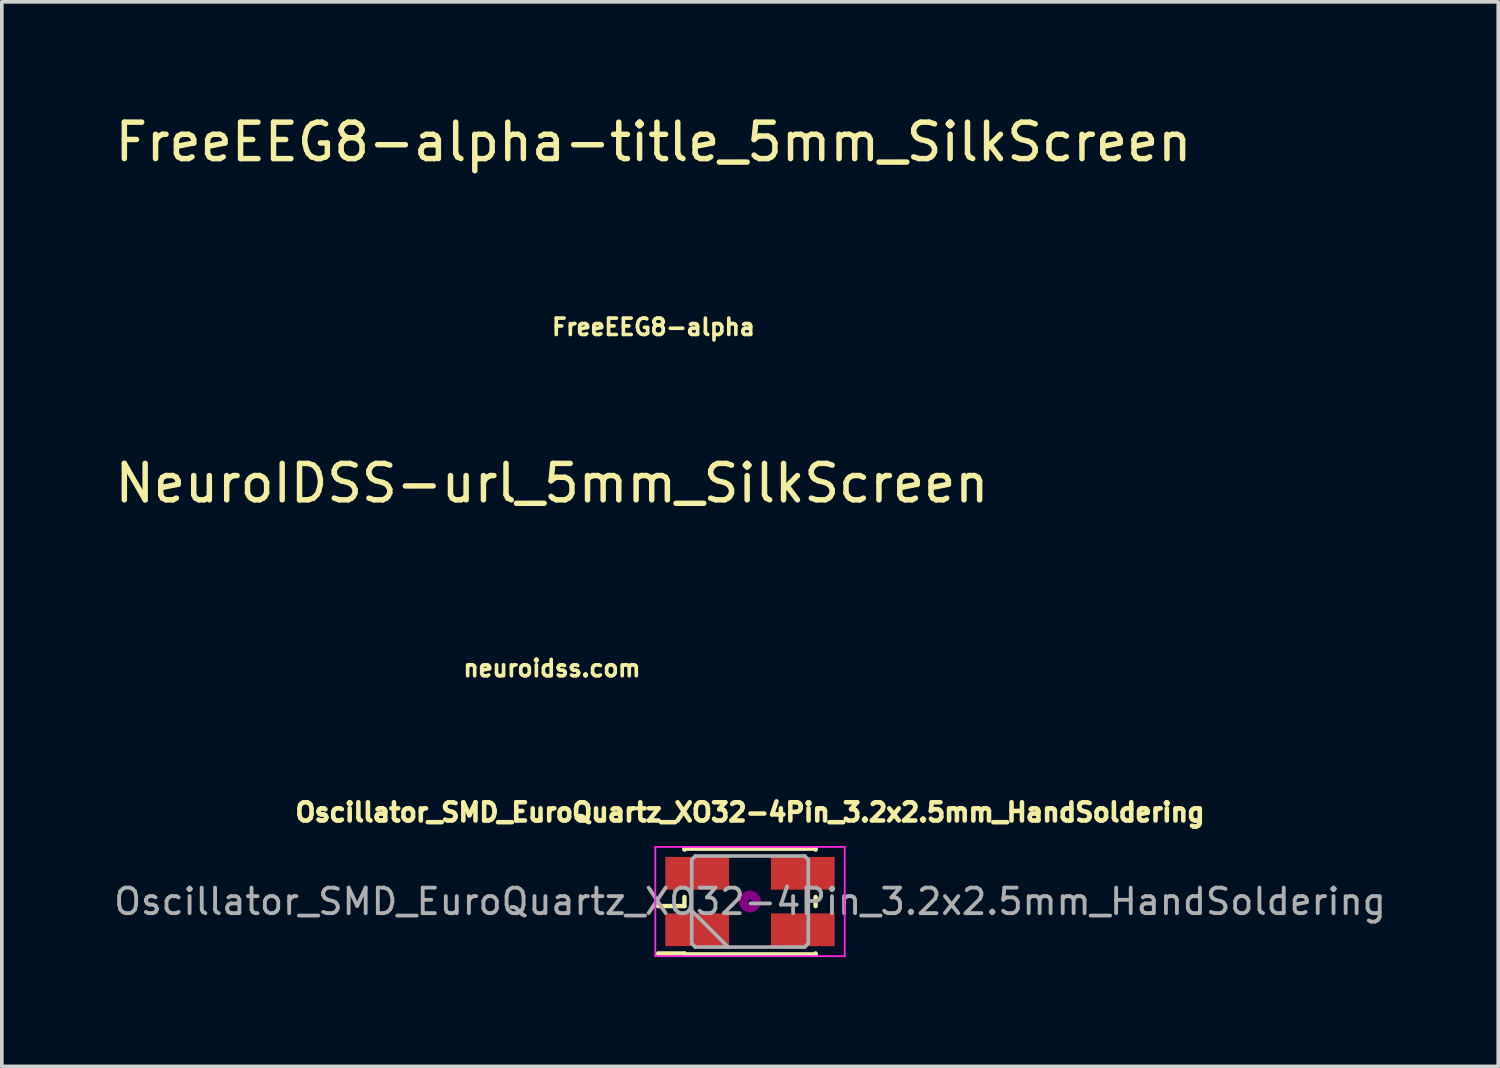
<source format=kicad_pcb>
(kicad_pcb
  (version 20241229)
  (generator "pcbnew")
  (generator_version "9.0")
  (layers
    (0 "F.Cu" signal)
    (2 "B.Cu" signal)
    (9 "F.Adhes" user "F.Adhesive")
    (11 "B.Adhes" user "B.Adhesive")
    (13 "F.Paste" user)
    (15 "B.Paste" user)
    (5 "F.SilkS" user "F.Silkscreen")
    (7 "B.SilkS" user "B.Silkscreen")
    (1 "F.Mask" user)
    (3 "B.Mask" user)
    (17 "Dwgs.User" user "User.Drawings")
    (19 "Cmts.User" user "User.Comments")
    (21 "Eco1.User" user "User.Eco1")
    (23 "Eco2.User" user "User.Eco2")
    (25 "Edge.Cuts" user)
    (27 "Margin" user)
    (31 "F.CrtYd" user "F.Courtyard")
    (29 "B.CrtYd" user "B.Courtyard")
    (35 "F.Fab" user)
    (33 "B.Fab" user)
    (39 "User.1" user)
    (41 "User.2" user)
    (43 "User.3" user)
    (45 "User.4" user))
  (footprint "Oscillator_SMD_EuroQuartz_XO32-4Pin_3.2x2.5mm_HandSoldering"
    (layer "F.Cu")
    (at 17.537 21.696)
    (property "Reference" "Oscillator_SMD_EuroQuartz_XO32-4Pin_3.2x2.5mm_HandSoldering" (at 0 -2.45 0) (layer "F.SilkS") (effects (font (size 0.5 0.5) (thickness 0.125))))
    (attr smd)
    (fp_line (start -2.525 0.125) (end -1.8 0.125) (stroke (width 0.12) (type solid)) (layer "F.SilkS"))
    (fp_line (start -2.525 1.425) (end -1.8 1.425) (stroke (width 0.12) (type solid)) (layer "F.SilkS"))
    (fp_line (start -1.8 -1.45) (end 1.8 -1.45) (stroke (width 0.12) (type solid)) (layer "F.SilkS"))
    (fp_line (start -1.8 -1.425) (end -1.8 -1.45) (stroke (width 0.12) (type solid)) (layer "F.SilkS"))
    (fp_line (start -1.8 0.125) (end -1.8 -0.125) (stroke (width 0.12) (type solid)) (layer "F.SilkS"))
    (fp_line (start -1.8 1.425) (end -1.8 1.45) (stroke (width 0.12) (type solid)) (layer "F.SilkS"))
    (fp_line (start -1.8 1.45) (end 1.8 1.45) (stroke (width 0.12) (type solid)) (layer "F.SilkS"))
    (fp_line (start 1.8 -1.45) (end 1.8 -1.425) (stroke (width 0.12) (type solid)) (layer "F.SilkS"))
    (fp_line (start 1.8 -0.125) (end 1.8 0.125) (stroke (width 0.12) (type solid)) (layer "F.SilkS"))
    (fp_line (start 1.8 1.45) (end 1.8 1.425) (stroke (width 0.12) (type solid)) (layer "F.SilkS"))
    (fp_circle (center 0 0) (end 0.058 0) (stroke (width 0.117) (type solid)) (fill no) (layer "F.Adhes"))
    (fp_circle (center 0 0) (end 0.133 0) (stroke (width 0.083) (type solid)) (fill no) (layer "F.Adhes"))
    (fp_circle (center 0 0) (end 0.208 0) (stroke (width 0.083) (type solid)) (fill no) (layer "F.Adhes"))
    (fp_circle (center 0 0) (end 0.25 0) (stroke (width 0.1) (type solid)) (fill no) (layer "F.Adhes"))
    (fp_line (start -2.6 -1.5) (end -2.6 1.5) (stroke (width 0.05) (type solid)) (layer "F.CrtYd"))
    (fp_line (start -2.6 1.5) (end 2.6 1.5) (stroke (width 0.05) (type solid)) (layer "F.CrtYd"))
    (fp_line (start 2.6 -1.5) (end -2.6 -1.5) (stroke (width 0.05) (type solid)) (layer "F.CrtYd"))
    (fp_line (start 2.6 1.5) (end 2.6 -1.5) (stroke (width 0.05) (type solid)) (layer "F.CrtYd"))
    (fp_line (start -1.6 -1.15) (end -1.5 -1.25) (stroke (width 0.1) (type solid)) (layer "F.Fab"))
    (fp_line (start -1.6 0.25) (end -0.6 1.25) (stroke (width 0.1) (type solid)) (layer "F.Fab"))
    (fp_line (start -1.6 1.15) (end -1.6 -1.15) (stroke (width 0.1) (type solid)) (layer "F.Fab"))
    (fp_line (start -1.5 -1.25) (end 1.5 -1.25) (stroke (width 0.1) (type solid)) (layer "F.Fab"))
    (fp_line (start -1.5 1.25) (end -1.6 1.15) (stroke (width 0.1) (type solid)) (layer "F.Fab"))
    (fp_line (start 1.5 -1.25) (end 1.6 -1.15) (stroke (width 0.1) (type solid)) (layer "F.Fab"))
    (fp_line (start 1.5 1.25) (end -1.5 1.25) (stroke (width 0.1) (type solid)) (layer "F.Fab"))
    (fp_line (start 1.6 -1.15) (end 1.6 1.15) (stroke (width 0.1) (type solid)) (layer "F.Fab"))
    (fp_line (start 1.6 1.15) (end 1.5 1.25) (stroke (width 0.1) (type solid)) (layer "F.Fab"))
    (fp_text user "${REFERENCE}" (at 0 0 0) (layer "F.Fab") (effects (font (size 0.7 0.7) (thickness 0.105))))
    (pad "1" smd rect (at -1.45 0.775) (size 1.75 0.9) (layers "F.Cu" "F.Mask" "F.Paste"))
    (pad "2" smd rect (at 1.45 0.775) (size 1.75 0.9) (layers "F.Cu" "F.Mask" "F.Paste"))
    (pad "3" smd rect (at 1.45 -0.775) (size 1.75 0.9) (layers "F.Cu" "F.Mask" "F.Paste"))
    (pad "4" smd rect (at -1.45 -0.775) (size 1.75 0.9) (layers "F.Cu" "F.Mask" "F.Paste")))
  (footprint "FreeEEG8-alpha-title_5mm_SilkScreen"
    (layer "F.Cu")
    (at 14.887 5.928)
    (property "Reference" "FreeEEG8-alpha-title_5mm_SilkScreen" (at 0 -5.08 0) (layer "F.SilkS") (effects (font (size 1 1) (thickness 0.15))))
    (attr exclude_from_pos_files exclude_from_bom)
    (fp_text user "FreeEEG8-alpha" (at 0 0 0) (unlocked yes) (layer "F.SilkS") (effects (font (size 0.45 0.45) (thickness 0.1)))))
  (footprint "NeuroIDSS-url_5mm_SilkScreen"
    (layer "F.Cu")
    (at 12.101 15.295)
    (property "Reference" "NeuroIDSS-url_5mm_SilkScreen" (at 0 -5.08 0) (layer "F.SilkS") (effects (font (size 1 1) (thickness 0.15))))
    (attr exclude_from_pos_files exclude_from_bom)
    (fp_text user "neuroidss.com" (at 0 0 0) (unlocked yes) (layer "F.SilkS") (effects (font (size 0.45 0.45) (thickness 0.1)))))
  (gr_rect
    (start -3 -3)
    (end 38.075 26.221)
    (stroke (width 0.1) (type default))
    (fill no)
    (layer "Edge.Cuts")))
</source>
